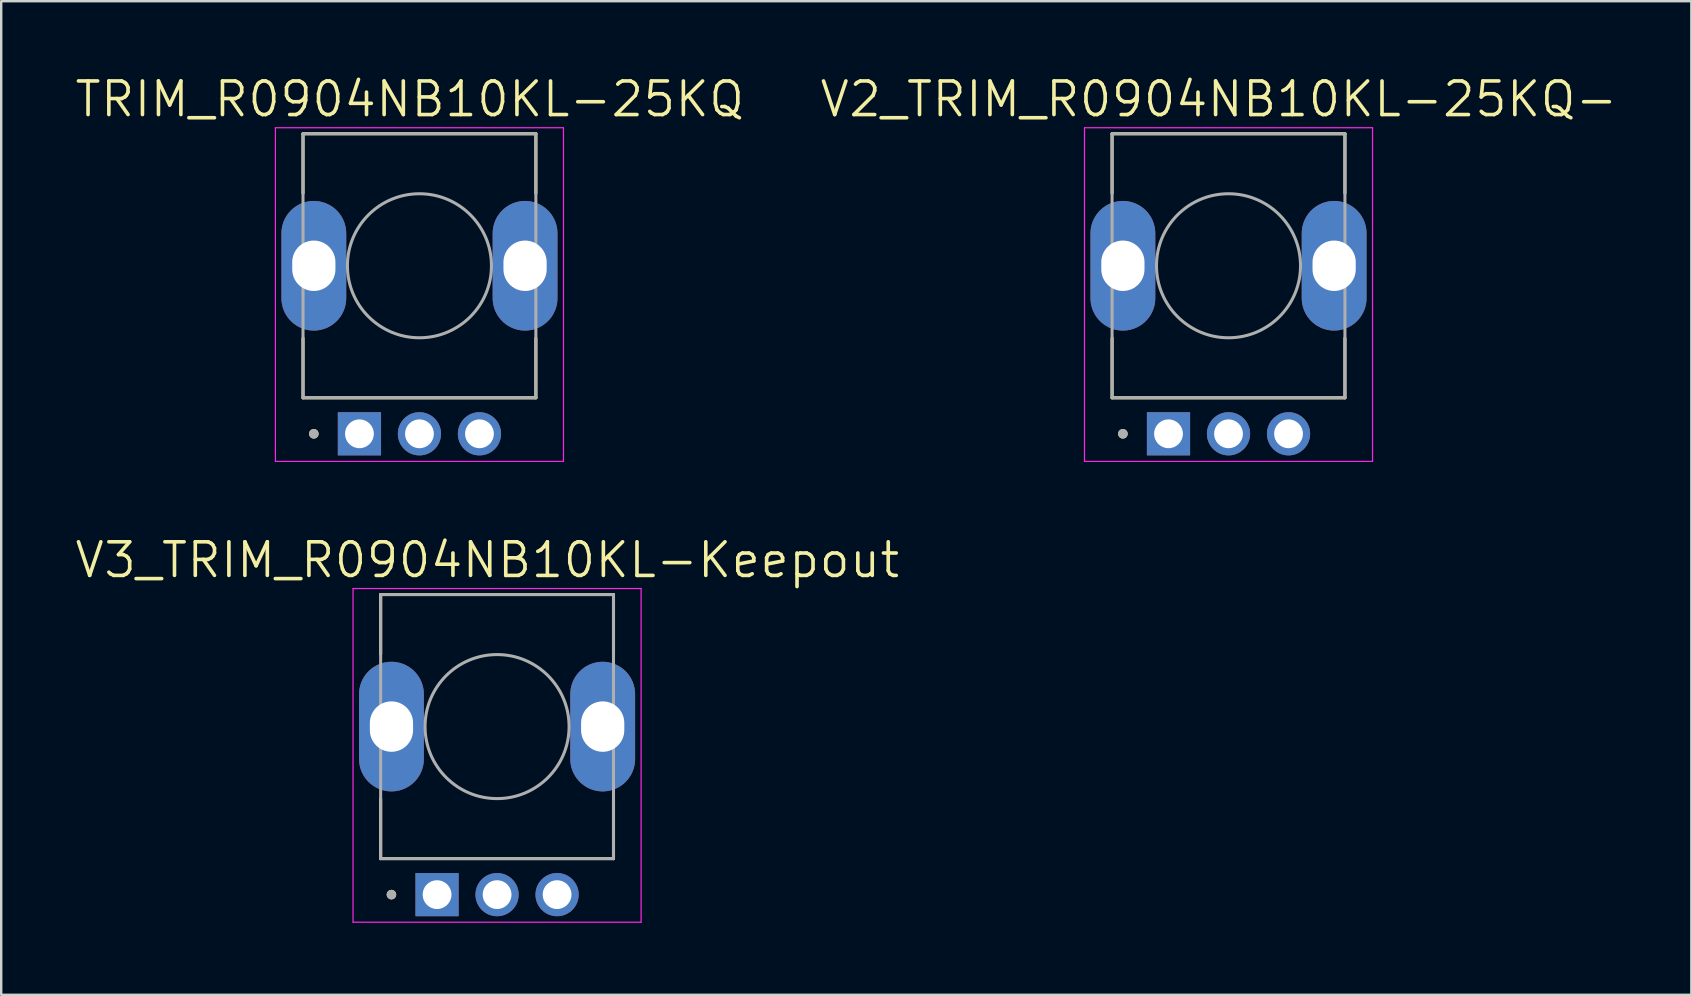
<source format=kicad_pcb>
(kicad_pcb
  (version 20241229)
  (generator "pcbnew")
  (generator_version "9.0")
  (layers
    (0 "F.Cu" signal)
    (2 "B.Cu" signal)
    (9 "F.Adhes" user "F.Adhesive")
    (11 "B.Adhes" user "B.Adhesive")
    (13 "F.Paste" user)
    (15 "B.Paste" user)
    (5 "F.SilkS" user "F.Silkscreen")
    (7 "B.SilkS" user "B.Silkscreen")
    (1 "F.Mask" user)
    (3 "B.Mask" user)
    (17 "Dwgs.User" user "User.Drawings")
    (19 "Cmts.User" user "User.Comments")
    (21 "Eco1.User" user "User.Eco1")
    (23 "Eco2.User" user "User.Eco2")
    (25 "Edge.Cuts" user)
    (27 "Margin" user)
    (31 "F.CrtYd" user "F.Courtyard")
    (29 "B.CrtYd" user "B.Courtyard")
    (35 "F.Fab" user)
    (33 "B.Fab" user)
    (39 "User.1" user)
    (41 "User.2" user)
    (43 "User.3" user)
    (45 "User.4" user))
  (footprint "V3_TRIM_R0904NB10KL-Keepout"
    (layer "F.Cu")
    (at 17.657 27.218)
    (property "Reference" "V3_TRIM_R0904NB10KL-Keepout" (at -0.405 -6.939 0) (layer "F.SilkS") (effects (font (size 1.4 1.4) (thickness 0.15))))
    (attr through_hole)
    (fp_line (start -4.85 -5.5) (end 4.85 -5.5) (stroke (width 0.127) (type solid)) (layer "F.SilkS"))
    (fp_line (start -4.85 -3.02) (end -4.85 -5.5) (stroke (width 0.127) (type solid)) (layer "F.SilkS"))
    (fp_line (start -4.85 3.02) (end -4.85 5.5) (stroke (width 0.127) (type solid)) (layer "F.SilkS"))
    (fp_line (start -4.85 5.5) (end 4.85 5.5) (stroke (width 0.127) (type solid)) (layer "F.SilkS"))
    (fp_line (start 4.85 -5.5) (end 4.85 -3.02) (stroke (width 0.127) (type solid)) (layer "F.SilkS"))
    (fp_line (start 4.85 5.5) (end 4.85 3.02) (stroke (width 0.127) (type solid)) (layer "F.SilkS"))
    (fp_circle (center -4.4 7) (end -4.3 7) (stroke (width 0.2) (type solid)) (fill no) (layer "F.SilkS"))
    (fp_line (start -6 -5.75) (end -6 8.15) (stroke (width 0.05) (type solid)) (layer "F.CrtYd"))
    (fp_line (start -6 8.15) (end 6 8.15) (stroke (width 0.05) (type solid)) (layer "F.CrtYd"))
    (fp_line (start 6 -5.75) (end -6 -5.75) (stroke (width 0.05) (type solid)) (layer "F.CrtYd"))
    (fp_line (start 6 8.15) (end 6 -5.75) (stroke (width 0.05) (type solid)) (layer "F.CrtYd"))
    (fp_line (start -4.85 -5.5) (end -4.85 5.5) (stroke (width 0.127) (type solid)) (layer "F.Fab"))
    (fp_line (start -4.85 5.5) (end 4.85 5.5) (stroke (width 0.127) (type solid)) (layer "F.Fab"))
    (fp_line (start 4.85 -5.5) (end -4.85 -5.5) (stroke (width 0.127) (type solid)) (layer "F.Fab"))
    (fp_line (start 4.85 5.5) (end 4.85 -5.5) (stroke (width 0.127) (type solid)) (layer "F.Fab"))
    (fp_circle (center -4.4 7) (end -4.3 7) (stroke (width 0.2) (type solid)) (fill no) (layer "F.Fab"))
    (fp_circle (center 0 0) (end 3 0) (stroke (width 0.127) (type solid)) (fill no) (layer "F.Fab"))
    (pad "0" thru_hole oval (at -4.4 0) (size 2.7 5.4) (drill oval 1.8 2.1) (layers "*.Cu" "*.Mask"))
    (pad "0" thru_hole oval (at 4.4 0) (size 2.7 5.4) (drill oval 1.8 2.1) (layers "*.Cu" "*.Mask"))
    (pad "1" thru_hole rect (at -2.5 7) (size 1.8 1.8) (drill 1.2) (layers "*.Cu" "*.Mask"))
    (pad "2" thru_hole circle (at 0 7) (size 1.8 1.8) (drill 1.2) (layers "*.Cu" "*.Mask"))
    (pad "3" thru_hole circle (at 2.5 7) (size 1.8 1.8) (drill 1.2) (layers "*.Cu" "*.Mask"))
    (zone (net_name "") (layer "F.Cu") (hatch edge 0.508) (connect_pads) (min_thickness 0.254) (filled_areas_thickness no) (keepout (tracks not_allowed) (vias not_allowed) (pads not_allowed) (copperpour not_allowed) (footprints allowed)) (placement (enabled no)) (fill) (polygon (pts (xy 19.657 22.918) (xy 15.657 22.918) (xy 15.657 21.918) (xy 19.657 21.918))))
    (zone (net_name "") (layer "F.Cu") (hatch edge 0.508) (connect_pads) (min_thickness 0.254) (filled_areas_thickness no) (keepout (tracks not_allowed) (vias not_allowed) (pads not_allowed) (copperpour not_allowed) (footprints allowed)) (placement (enabled no)) (fill) (polygon (pts (xy 19.657 31.517) (xy 15.657 31.517) (xy 15.657 30.517) (xy 19.657 30.517)))))
  (footprint "V2_TRIM_R0904NB10KL-25KQ-"
    (layer "F.Cu")
    (at 48.127 8.021)
    (property "Reference" "V2_TRIM_R0904NB10KL-25KQ-" (at -0.405 -6.939 0) (layer "F.SilkS") (effects (font (size 1.4 1.4) (thickness 0.15))))
    (attr through_hole)
    (fp_line (start -4.85 -5.5) (end 4.85 -5.5) (stroke (width 0.127) (type solid)) (layer "F.SilkS"))
    (fp_line (start -4.85 -3.02) (end -4.85 -5.5) (stroke (width 0.127) (type solid)) (layer "F.SilkS"))
    (fp_line (start -4.85 3.02) (end -4.85 5.5) (stroke (width 0.127) (type solid)) (layer "F.SilkS"))
    (fp_line (start -4.85 5.5) (end 4.85 5.5) (stroke (width 0.127) (type solid)) (layer "F.SilkS"))
    (fp_line (start 4.85 -5.5) (end 4.85 -3.02) (stroke (width 0.127) (type solid)) (layer "F.SilkS"))
    (fp_line (start 4.85 5.5) (end 4.85 3.02) (stroke (width 0.127) (type solid)) (layer "F.SilkS"))
    (fp_circle (center -4.4 7) (end -4.3 7) (stroke (width 0.2) (type solid)) (fill no) (layer "F.SilkS"))
    (fp_line (start -6 -5.75) (end -6 8.15) (stroke (width 0.05) (type solid)) (layer "F.CrtYd"))
    (fp_line (start -6 8.15) (end 6 8.15) (stroke (width 0.05) (type solid)) (layer "F.CrtYd"))
    (fp_line (start 6 -5.75) (end -6 -5.75) (stroke (width 0.05) (type solid)) (layer "F.CrtYd"))
    (fp_line (start 6 8.15) (end 6 -5.75) (stroke (width 0.05) (type solid)) (layer "F.CrtYd"))
    (fp_line (start -4.85 -5.5) (end -4.85 5.5) (stroke (width 0.127) (type solid)) (layer "F.Fab"))
    (fp_line (start -4.85 5.5) (end 4.85 5.5) (stroke (width 0.127) (type solid)) (layer "F.Fab"))
    (fp_line (start 4.85 -5.5) (end -4.85 -5.5) (stroke (width 0.127) (type solid)) (layer "F.Fab"))
    (fp_line (start 4.85 5.5) (end 4.85 -5.5) (stroke (width 0.127) (type solid)) (layer "F.Fab"))
    (fp_circle (center -4.4 7) (end -4.3 7) (stroke (width 0.2) (type solid)) (fill no) (layer "F.Fab"))
    (fp_circle (center 0 0) (end 3 0) (stroke (width 0.127) (type solid)) (fill no) (layer "F.Fab"))
    (pad "0" thru_hole oval (at -4.4 0) (size 2.7 5.4) (drill oval 1.8 2.1) (layers "*.Cu" "*.Mask"))
    (pad "0" thru_hole oval (at 4.4 0) (size 2.7 5.4) (drill oval 1.8 2.1) (layers "*.Cu" "*.Mask"))
    (pad "1" thru_hole rect (at -2.5 7) (size 1.8 1.8) (drill 1.2) (layers "*.Cu" "*.Mask"))
    (pad "2" thru_hole circle (at 0 7) (size 1.8 1.8) (drill 1.2) (layers "*.Cu" "*.Mask"))
    (pad "3" thru_hole circle (at 2.5 7) (size 1.8 1.8) (drill 1.2) (layers "*.Cu" "*.Mask")))
  (footprint "TRIM_R0904NB10KL-25KQ"
    (layer "F.Cu")
    (at 14.423 8.021)
    (property "Reference" "TRIM_R0904NB10KL-25KQ" (at -0.405 -6.939 0) (layer "F.SilkS") (effects (font (size 1.4 1.4) (thickness 0.15))))
    (attr through_hole)
    (fp_line (start -4.85 -5.5) (end 4.85 -5.5) (stroke (width 0.127) (type solid)) (layer "F.SilkS"))
    (fp_line (start -4.85 -3.02) (end -4.85 -5.5) (stroke (width 0.127) (type solid)) (layer "F.SilkS"))
    (fp_line (start -4.85 3.02) (end -4.85 5.5) (stroke (width 0.127) (type solid)) (layer "F.SilkS"))
    (fp_line (start -4.85 5.5) (end 4.85 5.5) (stroke (width 0.127) (type solid)) (layer "F.SilkS"))
    (fp_line (start 4.85 -5.5) (end 4.85 -3.02) (stroke (width 0.127) (type solid)) (layer "F.SilkS"))
    (fp_line (start 4.85 5.5) (end 4.85 3.02) (stroke (width 0.127) (type solid)) (layer "F.SilkS"))
    (fp_circle (center -4.4 7) (end -4.3 7) (stroke (width 0.2) (type solid)) (fill no) (layer "F.SilkS"))
    (fp_line (start -6 -5.75) (end -6 8.15) (stroke (width 0.05) (type solid)) (layer "F.CrtYd"))
    (fp_line (start -6 8.15) (end 6 8.15) (stroke (width 0.05) (type solid)) (layer "F.CrtYd"))
    (fp_line (start 6 -5.75) (end -6 -5.75) (stroke (width 0.05) (type solid)) (layer "F.CrtYd"))
    (fp_line (start 6 8.15) (end 6 -5.75) (stroke (width 0.05) (type solid)) (layer "F.CrtYd"))
    (fp_line (start -4.85 -5.5) (end -4.85 5.5) (stroke (width 0.127) (type solid)) (layer "F.Fab"))
    (fp_line (start -4.85 5.5) (end 4.85 5.5) (stroke (width 0.127) (type solid)) (layer "F.Fab"))
    (fp_line (start 4.85 -5.5) (end -4.85 -5.5) (stroke (width 0.127) (type solid)) (layer "F.Fab"))
    (fp_line (start 4.85 5.5) (end 4.85 -5.5) (stroke (width 0.127) (type solid)) (layer "F.Fab"))
    (fp_circle (center -4.4 7) (end -4.3 7) (stroke (width 0.2) (type solid)) (fill no) (layer "F.Fab"))
    (fp_circle (center 0 0) (end 3 0) (stroke (width 0.127) (type solid)) (fill no) (layer "F.Fab"))
    (pad "1" thru_hole rect (at -2.5 7) (size 1.8 1.8) (drill 1.2) (layers "*.Cu" "*.Mask"))
    (pad "2" thru_hole circle (at 0 7) (size 1.8 1.8) (drill 1.2) (layers "*.Cu" "*.Mask"))
    (pad "3" thru_hole circle (at 2.5 7) (size 1.8 1.8) (drill 1.2) (layers "*.Cu" "*.Mask"))
    (pad "S1" thru_hole oval (at -4.4 0) (size 2.7 5.4) (drill oval 1.8 2.1) (layers "*.Cu" "*.Mask"))
    (pad "S2" thru_hole oval (at 4.4 0) (size 2.7 5.4) (drill oval 1.8 2.1) (layers "*.Cu" "*.Mask")))
  (gr_rect
    (start -3 -3)
    (end 67.407 38.392)
    (stroke (width 0.1) (type default))
    (fill no)
    (layer "Edge.Cuts")))
</source>
